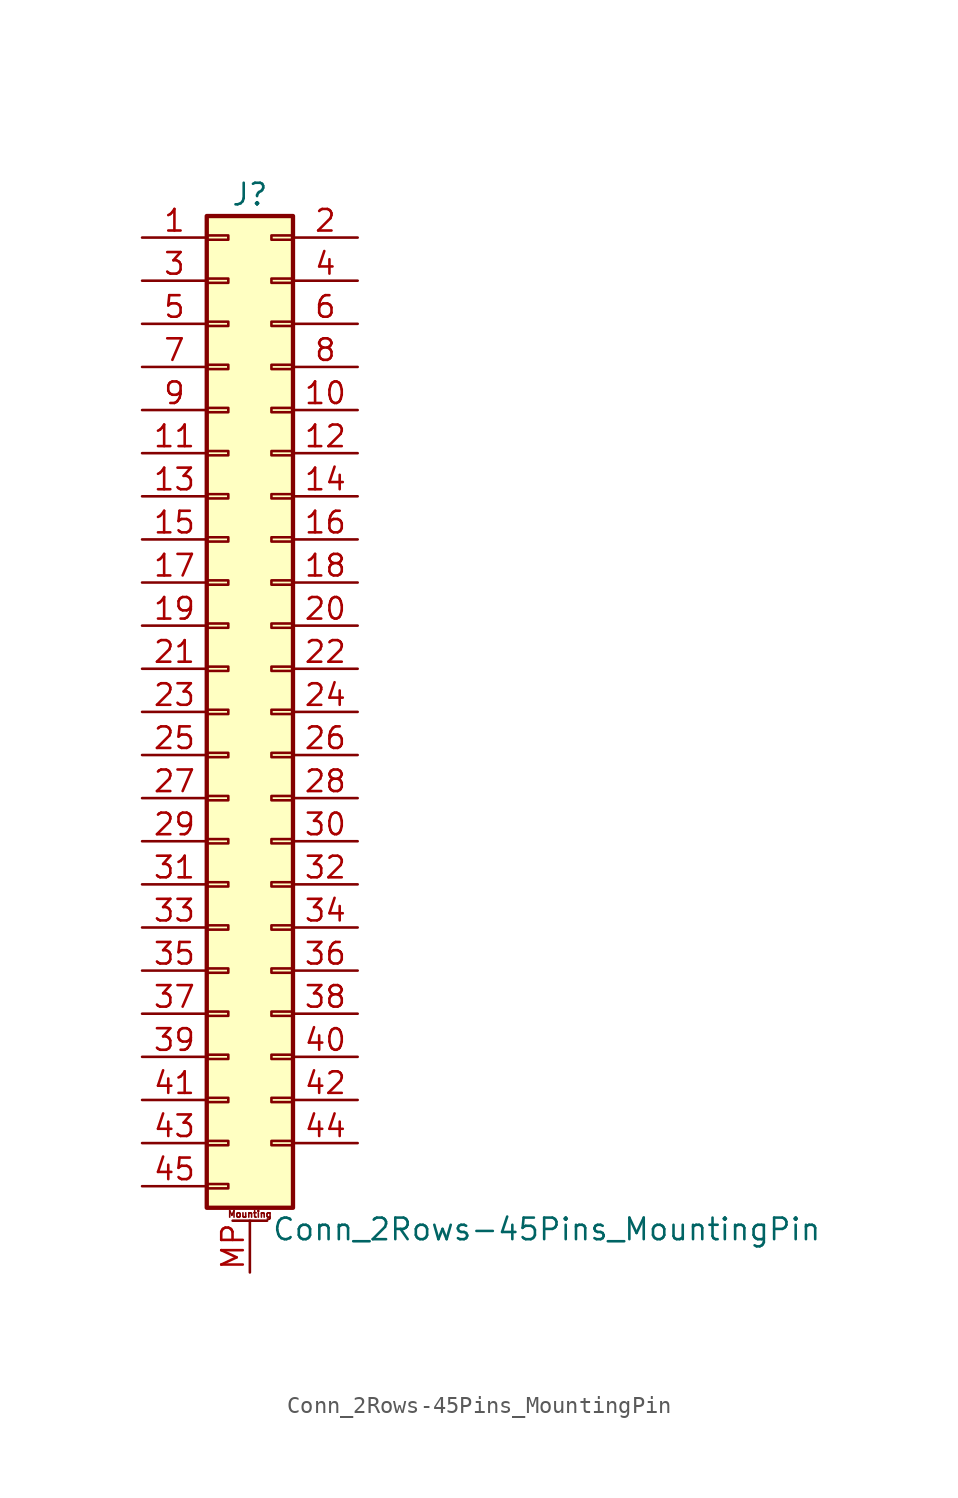
<source format=kicad_sym>
(kicad_symbol_lib
  (version 20220914)
  (generator kicad_symbol_editor)
  (symbol "Conn_2Rows-45Pins_MountingPin"
    (pin_names
      (offset 1.016) hide)
    (property "Reference" "J"
      (at 1.27 30.48 0)
      (effects (font (size 1.27 1.27))))
    (property "Value" "Conn_2Rows-45Pins_MountingPin"
      (at 2.54 -30.48 0)
      (effects (font (size 1.27 1.27)) (justify left)))
    (symbol "Conn_2Rows-45Pins_MountingPin_1_1"
      (rectangle (start -1.27 -27.813) (end 0 -28.067) (stroke (width 0.152) (type default)) (fill (type none)))
      (rectangle (start -1.27 -25.273) (end 0 -25.527) (stroke (width 0.152) (type default)) (fill (type none)))
      (rectangle (start -1.27 -22.733) (end 0 -22.987) (stroke (width 0.152) (type default)) (fill (type none)))
      (rectangle (start -1.27 -20.193) (end 0 -20.447) (stroke (width 0.152) (type default)) (fill (type none)))
      (rectangle (start -1.27 -17.653) (end 0 -17.907) (stroke (width 0.152) (type default)) (fill (type none)))
      (rectangle (start -1.27 -15.113) (end 0 -15.367) (stroke (width 0.152) (type default)) (fill (type none)))
      (rectangle (start -1.27 -12.573) (end 0 -12.827) (stroke (width 0.152) (type default)) (fill (type none)))
      (rectangle (start -1.27 -10.033) (end 0 -10.287) (stroke (width 0.152) (type default)) (fill (type none)))
      (rectangle (start -1.27 -7.493) (end 0 -7.747) (stroke (width 0.152) (type default)) (fill (type none)))
      (rectangle (start -1.27 -4.953) (end 0 -5.207) (stroke (width 0.152) (type default)) (fill (type none)))
      (rectangle (start -1.27 -2.413) (end 0 -2.667) (stroke (width 0.152) (type default)) (fill (type none)))
      (rectangle (start -1.27 0.127) (end 0 -0.127) (stroke (width 0.152) (type default)) (fill (type none)))
      (rectangle (start -1.27 2.667) (end 0 2.413) (stroke (width 0.152) (type default)) (fill (type none)))
      (rectangle (start -1.27 5.207) (end 0 4.953) (stroke (width 0.152) (type default)) (fill (type none)))
      (rectangle (start -1.27 7.747) (end 0 7.493) (stroke (width 0.152) (type default)) (fill (type none)))
      (rectangle (start -1.27 10.287) (end 0 10.033) (stroke (width 0.152) (type default)) (fill (type none)))
      (rectangle (start -1.27 12.827) (end 0 12.573) (stroke (width 0.152) (type default)) (fill (type none)))
      (rectangle (start -1.27 15.367) (end 0 15.113) (stroke (width 0.152) (type default)) (fill (type none)))
      (rectangle (start -1.27 17.907) (end 0 17.653) (stroke (width 0.152) (type default)) (fill (type none)))
      (rectangle (start -1.27 20.447) (end 0 20.193) (stroke (width 0.152) (type default)) (fill (type none)))
      (rectangle (start -1.27 22.987) (end 0 22.733) (stroke (width 0.152) (type default)) (fill (type none)))
      (rectangle (start -1.27 25.527) (end 0 25.273) (stroke (width 0.152) (type default)) (fill (type none)))
      (rectangle (start -1.27 28.067) (end 0 27.813) (stroke (width 0.152) (type default)) (fill (type none)))
      (rectangle (start -1.27 29.21) (end 3.81 -29.21) (stroke (width 0.254) (type default)) (fill (type background)))
      (polyline (pts (xy 0.254 -29.972) (xy 2.286 -29.972)) (stroke (width 0.152) (type default)) (fill (type none)))
      (rectangle (start 3.81 -25.273) (end 2.54 -25.527) (stroke (width 0.152) (type default)) (fill (type none)))
      (rectangle (start 3.81 -22.733) (end 2.54 -22.987) (stroke (width 0.152) (type default)) (fill (type none)))
      (rectangle (start 3.81 -20.193) (end 2.54 -20.447) (stroke (width 0.152) (type default)) (fill (type none)))
      (rectangle (start 3.81 -17.653) (end 2.54 -17.907) (stroke (width 0.152) (type default)) (fill (type none)))
      (rectangle (start 3.81 -15.113) (end 2.54 -15.367) (stroke (width 0.152) (type default)) (fill (type none)))
      (rectangle (start 3.81 -12.573) (end 2.54 -12.827) (stroke (width 0.152) (type default)) (fill (type none)))
      (rectangle (start 3.81 -10.033) (end 2.54 -10.287) (stroke (width 0.152) (type default)) (fill (type none)))
      (rectangle (start 3.81 -7.493) (end 2.54 -7.747) (stroke (width 0.152) (type default)) (fill (type none)))
      (rectangle (start 3.81 -4.953) (end 2.54 -5.207) (stroke (width 0.152) (type default)) (fill (type none)))
      (rectangle (start 3.81 -2.413) (end 2.54 -2.667) (stroke (width 0.152) (type default)) (fill (type none)))
      (rectangle (start 3.81 0.127) (end 2.54 -0.127) (stroke (width 0.152) (type default)) (fill (type none)))
      (rectangle (start 3.81 2.667) (end 2.54 2.413) (stroke (width 0.152) (type default)) (fill (type none)))
      (rectangle (start 3.81 5.207) (end 2.54 4.953) (stroke (width 0.152) (type default)) (fill (type none)))
      (rectangle (start 3.81 7.747) (end 2.54 7.493) (stroke (width 0.152) (type default)) (fill (type none)))
      (rectangle (start 3.81 10.287) (end 2.54 10.033) (stroke (width 0.152) (type default)) (fill (type none)))
      (rectangle (start 3.81 12.827) (end 2.54 12.573) (stroke (width 0.152) (type default)) (fill (type none)))
      (rectangle (start 3.81 15.367) (end 2.54 15.113) (stroke (width 0.152) (type default)) (fill (type none)))
      (rectangle (start 3.81 17.907) (end 2.54 17.653) (stroke (width 0.152) (type default)) (fill (type none)))
      (rectangle (start 3.81 20.447) (end 2.54 20.193) (stroke (width 0.152) (type default)) (fill (type none)))
      (rectangle (start 3.81 22.987) (end 2.54 22.733) (stroke (width 0.152) (type default)) (fill (type none)))
      (rectangle (start 3.81 25.527) (end 2.54 25.273) (stroke (width 0.152) (type default)) (fill (type none)))
      (rectangle (start 3.81 28.067) (end 2.54 27.813) (stroke (width 0.152) (type default)) (fill (type none)))
      (text "Mounting" (at 1.27 -29.591 0) (effects (font (size 0.381 0.381))))
      (pin passive line (at -5.08 27.94 0) (length 3.81) (name "Pin_1" (effects (font (size 1.27 1.27)))) (number "1" (effects (font (size 1.27 1.27)))))
      (pin passive line (at 7.62 17.78 180) (length 3.81) (name "Pin_10" (effects (font (size 1.27 1.27)))) (number "10" (effects (font (size 1.27 1.27)))))
      (pin passive line (at -5.08 15.24 0) (length 3.81) (name "Pin_11" (effects (font (size 1.27 1.27)))) (number "11" (effects (font (size 1.27 1.27)))))
      (pin passive line (at 7.62 15.24 180) (length 3.81) (name "Pin_12" (effects (font (size 1.27 1.27)))) (number "12" (effects (font (size 1.27 1.27)))))
      (pin passive line (at -5.08 12.7 0) (length 3.81) (name "Pin_13" (effects (font (size 1.27 1.27)))) (number "13" (effects (font (size 1.27 1.27)))))
      (pin passive line (at 7.62 12.7 180) (length 3.81) (name "Pin_14" (effects (font (size 1.27 1.27)))) (number "14" (effects (font (size 1.27 1.27)))))
      (pin passive line (at -5.08 10.16 0) (length 3.81) (name "Pin_15" (effects (font (size 1.27 1.27)))) (number "15" (effects (font (size 1.27 1.27)))))
      (pin passive line (at 7.62 10.16 180) (length 3.81) (name "Pin_16" (effects (font (size 1.27 1.27)))) (number "16" (effects (font (size 1.27 1.27)))))
      (pin passive line (at -5.08 7.62 0) (length 3.81) (name "Pin_17" (effects (font (size 1.27 1.27)))) (number "17" (effects (font (size 1.27 1.27)))))
      (pin passive line (at 7.62 7.62 180) (length 3.81) (name "Pin_18" (effects (font (size 1.27 1.27)))) (number "18" (effects (font (size 1.27 1.27)))))
      (pin passive line (at -5.08 5.08 0) (length 3.81) (name "Pin_19" (effects (font (size 1.27 1.27)))) (number "19" (effects (font (size 1.27 1.27)))))
      (pin passive line (at 7.62 27.94 180) (length 3.81) (name "Pin_2" (effects (font (size 1.27 1.27)))) (number "2" (effects (font (size 1.27 1.27)))))
      (pin passive line (at 7.62 5.08 180) (length 3.81) (name "Pin_20" (effects (font (size 1.27 1.27)))) (number "20" (effects (font (size 1.27 1.27)))))
      (pin passive line (at -5.08 2.54 0) (length 3.81) (name "Pin_21" (effects (font (size 1.27 1.27)))) (number "21" (effects (font (size 1.27 1.27)))))
      (pin passive line (at 7.62 2.54 180) (length 3.81) (name "Pin_22" (effects (font (size 1.27 1.27)))) (number "22" (effects (font (size 1.27 1.27)))))
      (pin passive line (at -5.08 0 0) (length 3.81) (name "Pin_23" (effects (font (size 1.27 1.27)))) (number "23" (effects (font (size 1.27 1.27)))))
      (pin passive line (at 7.62 0 180) (length 3.81) (name "Pin_24" (effects (font (size 1.27 1.27)))) (number "24" (effects (font (size 1.27 1.27)))))
      (pin passive line (at -5.08 -2.54 0) (length 3.81) (name "Pin_25" (effects (font (size 1.27 1.27)))) (number "25" (effects (font (size 1.27 1.27)))))
      (pin passive line (at 7.62 -2.54 180) (length 3.81) (name "Pin_26" (effects (font (size 1.27 1.27)))) (number "26" (effects (font (size 1.27 1.27)))))
      (pin passive line (at -5.08 -5.08 0) (length 3.81) (name "Pin_27" (effects (font (size 1.27 1.27)))) (number "27" (effects (font (size 1.27 1.27)))))
      (pin passive line (at 7.62 -5.08 180) (length 3.81) (name "Pin_28" (effects (font (size 1.27 1.27)))) (number "28" (effects (font (size 1.27 1.27)))))
      (pin passive line (at -5.08 -7.62 0) (length 3.81) (name "Pin_29" (effects (font (size 1.27 1.27)))) (number "29" (effects (font (size 1.27 1.27)))))
      (pin passive line (at -5.08 25.4 0) (length 3.81) (name "Pin_3" (effects (font (size 1.27 1.27)))) (number "3" (effects (font (size 1.27 1.27)))))
      (pin passive line (at 7.62 -7.62 180) (length 3.81) (name "Pin_30" (effects (font (size 1.27 1.27)))) (number "30" (effects (font (size 1.27 1.27)))))
      (pin passive line (at -5.08 -10.16 0) (length 3.81) (name "Pin_31" (effects (font (size 1.27 1.27)))) (number "31" (effects (font (size 1.27 1.27)))))
      (pin passive line (at 7.62 -10.16 180) (length 3.81) (name "Pin_32" (effects (font (size 1.27 1.27)))) (number "32" (effects (font (size 1.27 1.27)))))
      (pin passive line (at -5.08 -12.7 0) (length 3.81) (name "Pin_33" (effects (font (size 1.27 1.27)))) (number "33" (effects (font (size 1.27 1.27)))))
      (pin passive line (at 7.62 -12.7 180) (length 3.81) (name "Pin_34" (effects (font (size 1.27 1.27)))) (number "34" (effects (font (size 1.27 1.27)))))
      (pin passive line (at -5.08 -15.24 0) (length 3.81) (name "Pin_35" (effects (font (size 1.27 1.27)))) (number "35" (effects (font (size 1.27 1.27)))))
      (pin passive line (at 7.62 -15.24 180) (length 3.81) (name "Pin_36" (effects (font (size 1.27 1.27)))) (number "36" (effects (font (size 1.27 1.27)))))
      (pin passive line (at -5.08 -17.78 0) (length 3.81) (name "Pin_37" (effects (font (size 1.27 1.27)))) (number "37" (effects (font (size 1.27 1.27)))))
      (pin passive line (at 7.62 -17.78 180) (length 3.81) (name "Pin_38" (effects (font (size 1.27 1.27)))) (number "38" (effects (font (size 1.27 1.27)))))
      (pin passive line (at -5.08 -20.32 0) (length 3.81) (name "Pin_39" (effects (font (size 1.27 1.27)))) (number "39" (effects (font (size 1.27 1.27)))))
      (pin passive line (at 7.62 25.4 180) (length 3.81) (name "Pin_4" (effects (font (size 1.27 1.27)))) (number "4" (effects (font (size 1.27 1.27)))))
      (pin passive line (at 7.62 -20.32 180) (length 3.81) (name "Pin_40" (effects (font (size 1.27 1.27)))) (number "40" (effects (font (size 1.27 1.27)))))
      (pin passive line (at -5.08 -22.86 0) (length 3.81) (name "Pin_41" (effects (font (size 1.27 1.27)))) (number "41" (effects (font (size 1.27 1.27)))))
      (pin passive line (at 7.62 -22.86 180) (length 3.81) (name "Pin_42" (effects (font (size 1.27 1.27)))) (number "42" (effects (font (size 1.27 1.27)))))
      (pin passive line (at -5.08 -25.4 0) (length 3.81) (name "Pin_43" (effects (font (size 1.27 1.27)))) (number "43" (effects (font (size 1.27 1.27)))))
      (pin passive line (at 7.62 -25.4 180) (length 3.81) (name "Pin_44" (effects (font (size 1.27 1.27)))) (number "44" (effects (font (size 1.27 1.27)))))
      (pin passive line (at -5.08 -27.94 0) (length 3.81) (name "Pin_45" (effects (font (size 1.27 1.27)))) (number "45" (effects (font (size 1.27 1.27)))))
      (pin passive line (at -5.08 22.86 0) (length 3.81) (name "Pin_5" (effects (font (size 1.27 1.27)))) (number "5" (effects (font (size 1.27 1.27)))))
      (pin passive line (at 7.62 22.86 180) (length 3.81) (name "Pin_6" (effects (font (size 1.27 1.27)))) (number "6" (effects (font (size 1.27 1.27)))))
      (pin passive line (at -5.08 20.32 0) (length 3.81) (name "Pin_7" (effects (font (size 1.27 1.27)))) (number "7" (effects (font (size 1.27 1.27)))))
      (pin passive line (at 7.62 20.32 180) (length 3.81) (name "Pin_8" (effects (font (size 1.27 1.27)))) (number "8" (effects (font (size 1.27 1.27)))))
      (pin passive line (at -5.08 17.78 0) (length 3.81) (name "Pin_9" (effects (font (size 1.27 1.27)))) (number "9" (effects (font (size 1.27 1.27)))))
      (pin passive line (at 1.27 -33.02 90) (length 3.048) (name "MountPin" (effects (font (size 1.27 1.27)))) (number "MP" (effects (font (size 1.27 1.27))))))))
</source>
